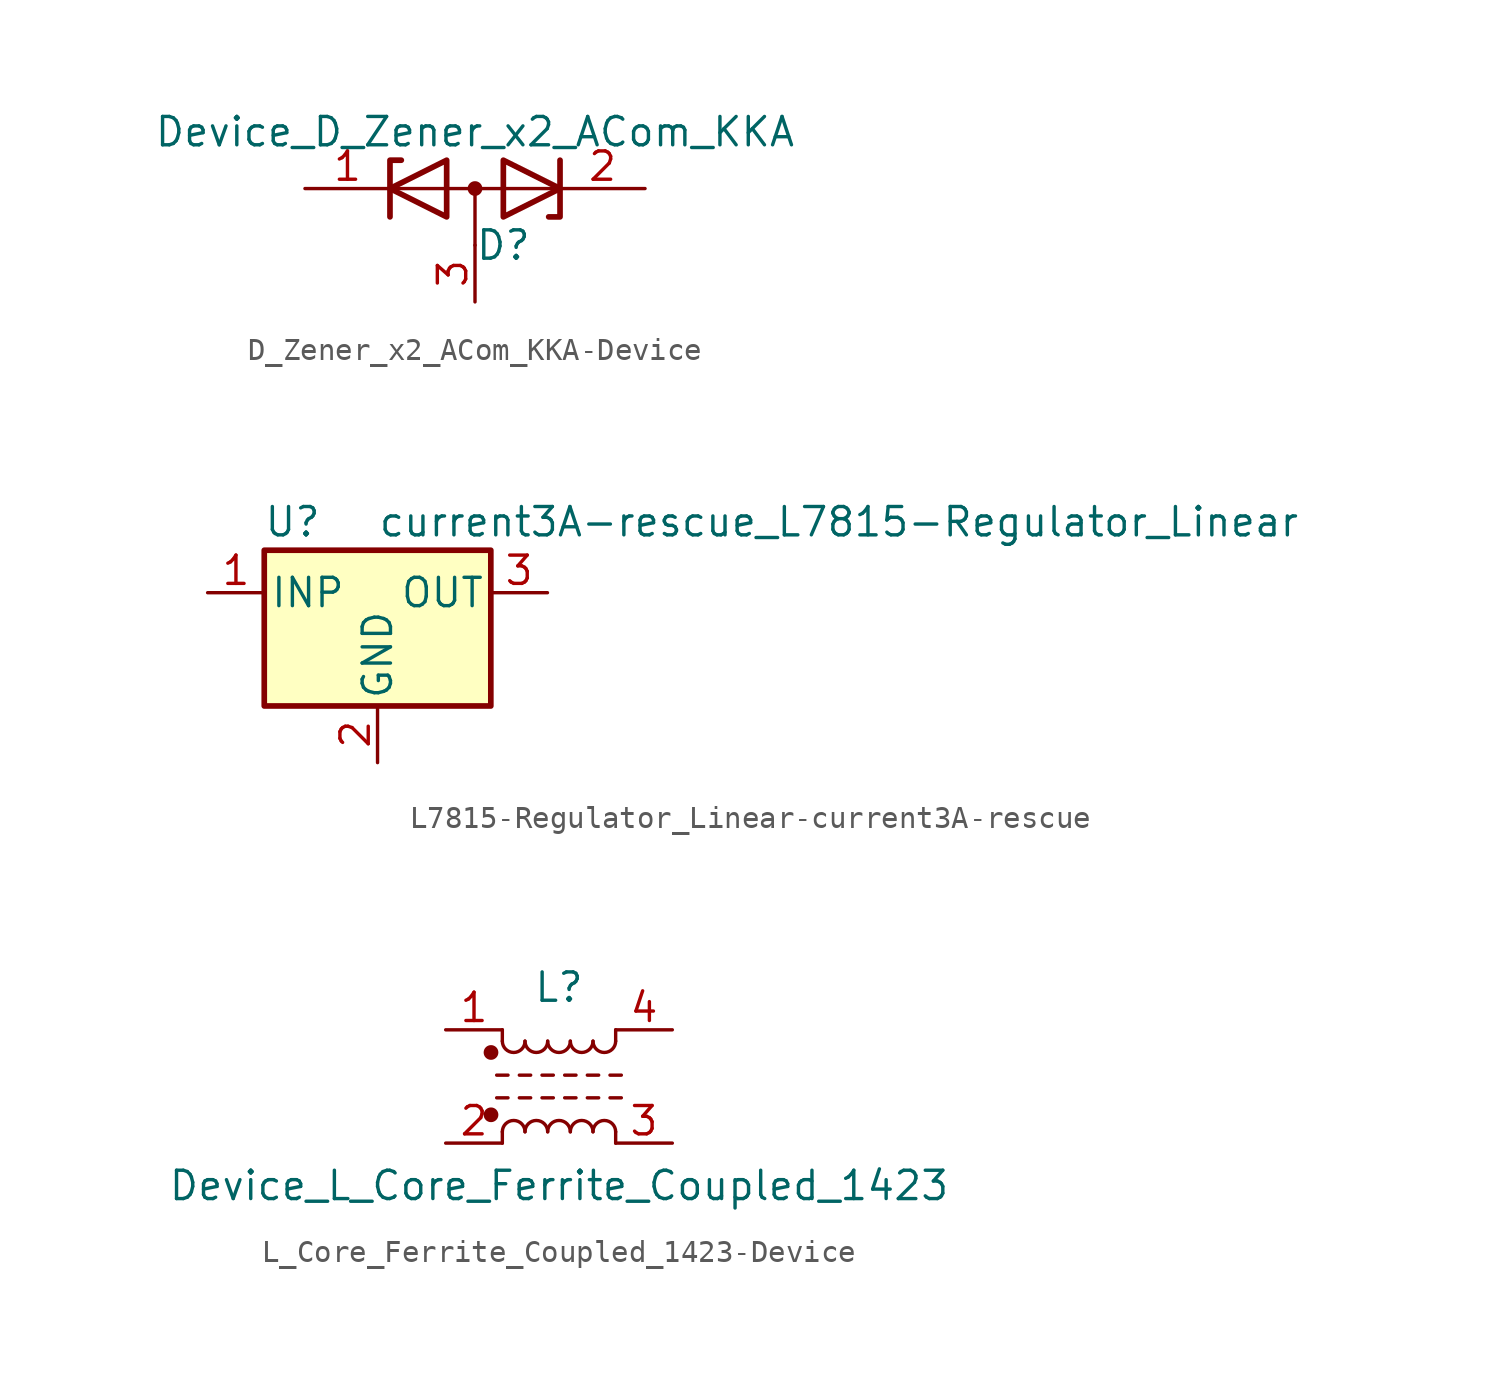
<source format=kicad_sym>
(kicad_symbol_lib
  (version 20220914)
  (generator kicad_symbol_editor)
  (symbol "D_Zener_x2_ACom_KKA-Device"
    (pin_names
      (offset 0.762) hide)
    (property "Reference" "D"
      (at 1.27 -2.54 0)
      (effects (font (size 1.27 1.27))))
    (property "Value" "Device_D_Zener_x2_ACom_KKA"
      (at 0 2.54 0)
      (effects (font (size 1.27 1.27))))
    (symbol "D_Zener_x2_ACom_KKA-Device_0_1"
      (polyline (pts (xy -3.556 0) (xy 3.81 0)) (stroke (width 0) (type solid)) (fill (type none)))
      (polyline (pts (xy 0 0) (xy 0 -2.54)) (stroke (width 0) (type solid)) (fill (type none)))
      (polyline (pts (xy -3.81 -1.27) (xy -3.81 1.27) (xy -3.302 1.27)) (stroke (width 0.254) (type solid)) (fill (type none)))
      (polyline (pts (xy 3.302 -1.27) (xy 3.81 -1.27) (xy 3.81 1.27)) (stroke (width 0.254) (type solid)) (fill (type none)))
      (polyline (pts (xy -1.27 -1.27) (xy -3.81 0) (xy -1.27 1.27) (xy -1.27 -1.27) (xy -1.27 -1.27) (xy -1.27 -1.27)) (stroke (width 0.254) (type solid)) (fill (type none)))
      (polyline (pts (xy 1.27 1.27) (xy 3.81 0) (xy 1.27 -1.27) (xy 1.27 1.27) (xy 1.27 1.27) (xy 1.27 1.27)) (stroke (width 0.254) (type solid)) (fill (type none)))
      (circle (center 0 0) (radius 0.254) (stroke (width 0) (type solid)) (fill (type outline)))
      (pin passive line (at -7.62 0 0) (length 3.81) (name "K" (effects (font (size 1.27 1.27)))) (number "1" (effects (font (size 1.27 1.27)))))
      (pin passive line (at 7.62 0 180) (length 3.81) (name "K" (effects (font (size 1.27 1.27)))) (number "2" (effects (font (size 1.27 1.27)))))
      (pin passive line (at 0 -5.08 90) (length 2.54) (name "A" (effects (font (size 1.27 1.27)))) (number "3" (effects (font (size 1.27 1.27)))))))
  (symbol "L7815-Regulator_Linear-current3A-rescue"
    (pin_names
      (offset 0.254))
    (property "Reference" "U"
      (at -3.81 3.175 0)
      (effects (font (size 1.27 1.27))))
    (property "Value" "current3A-rescue_L7815-Regulator_Linear"
      (at 0 3.175 0)
      (effects (font (size 1.27 1.27)) (justify left)))
    (symbol "L7815-Regulator_Linear-current3A-rescue_0_1"
      (rectangle (start -5.08 1.905) (end 5.08 -5.08) (stroke (width 0.254) (type solid)) (fill (type background))))
    (symbol "L7815-Regulator_Linear-current3A-rescue_1_1"
      (pin power_in line (at -7.62 0 0) (length 2.54) (name "INP" (effects (font (size 1.27 1.27)))) (number "1" (effects (font (size 1.27 1.27)))))
      (pin power_in line (at 0 -7.62 90) (length 2.54) (name "GND" (effects (font (size 1.27 1.27)))) (number "2" (effects (font (size 1.27 1.27)))))
      (pin power_out line (at 7.62 0 180) (length 2.54) (name "OUT" (effects (font (size 1.27 1.27)))) (number "3" (effects (font (size 1.27 1.27)))))))
  (symbol "L_Core_Ferrite_Coupled_1423-Device"
    (pin_names
      (offset 0.254) hide)
    (property "Reference" "L"
      (at 0 4.445 0)
      (effects (font (size 1.27 1.27))))
    (property "Value" "Device_L_Core_Ferrite_Coupled_1423"
      (at 0 -4.445 0)
      (effects (font (size 1.27 1.27))))
    (symbol "L_Core_Ferrite_Coupled_1423-Device_0_1"
      (circle (center -3.048 -1.27) (radius 0.254) (stroke (width 0) (type solid)) (fill (type outline)))
      (circle (center -3.048 1.524) (radius 0.254) (stroke (width 0) (type solid)) (fill (type outline)))
      (arc (start -2.54 2.032) (mid -2.032 1.5262) (end -1.524 2.032) (stroke (width 0) (type solid)) (fill (type none)))
      (arc (start -1.524 -2.032) (mid -2.032 -1.5262) (end -2.54 -2.032) (stroke (width 0) (type solid)) (fill (type none)))
      (arc (start -1.524 2.032) (mid -1.016 1.5262) (end -0.508 2.032) (stroke (width 0) (type solid)) (fill (type none)))
      (arc (start -0.508 -2.032) (mid -1.016 -1.5262) (end -1.524 -2.032) (stroke (width 0) (type solid)) (fill (type none)))
      (arc (start -0.508 2.032) (mid 0 1.5262) (end 0.508 2.032) (stroke (width 0) (type solid)) (fill (type none)))
      (polyline (pts (xy -2.794 -0.508) (xy -2.286 -0.508)) (stroke (width 0) (type solid)) (fill (type none)))
      (polyline (pts (xy -2.794 0.508) (xy -2.286 0.508)) (stroke (width 0) (type solid)) (fill (type none)))
      (polyline (pts (xy -2.54 -2.032) (xy -2.54 -2.54)) (stroke (width 0) (type solid)) (fill (type none)))
      (polyline (pts (xy -2.54 2.032) (xy -2.54 2.54)) (stroke (width 0) (type solid)) (fill (type none)))
      (polyline (pts (xy -1.778 -0.508) (xy -1.27 -0.508)) (stroke (width 0) (type solid)) (fill (type none)))
      (polyline (pts (xy -1.778 0.508) (xy -1.27 0.508)) (stroke (width 0) (type solid)) (fill (type none)))
      (polyline (pts (xy -0.762 -0.508) (xy -0.254 -0.508)) (stroke (width 0) (type solid)) (fill (type none)))
      (polyline (pts (xy -0.762 0.508) (xy -0.254 0.508)) (stroke (width 0) (type solid)) (fill (type none)))
      (polyline (pts (xy 0.254 -0.508) (xy 0.762 -0.508)) (stroke (width 0) (type solid)) (fill (type none)))
      (polyline (pts (xy 0.254 0.508) (xy 0.762 0.508)) (stroke (width 0) (type solid)) (fill (type none)))
      (polyline (pts (xy 1.27 -0.508) (xy 1.778 -0.508)) (stroke (width 0) (type solid)) (fill (type none)))
      (polyline (pts (xy 1.27 0.508) (xy 1.778 0.508)) (stroke (width 0) (type solid)) (fill (type none)))
      (polyline (pts (xy 2.286 -0.508) (xy 2.794 -0.508)) (stroke (width 0) (type solid)) (fill (type none)))
      (polyline (pts (xy 2.286 0.508) (xy 2.794 0.508)) (stroke (width 0) (type solid)) (fill (type none)))
      (polyline (pts (xy 2.54 -2.032) (xy 2.54 -2.54)) (stroke (width 0) (type solid)) (fill (type none)))
      (polyline (pts (xy 2.54 2.54) (xy 2.54 2.032)) (stroke (width 0) (type solid)) (fill (type none)))
      (arc (start 0.508 -2.032) (mid 0 -1.5262) (end -0.508 -2.032) (stroke (width 0) (type solid)) (fill (type none)))
      (arc (start 0.508 2.032) (mid 1.016 1.5262) (end 1.524 2.032) (stroke (width 0) (type solid)) (fill (type none)))
      (arc (start 1.524 -2.032) (mid 1.016 -1.5262) (end 0.508 -2.032) (stroke (width 0) (type solid)) (fill (type none)))
      (arc (start 1.524 2.032) (mid 2.032 1.5262) (end 2.54 2.032) (stroke (width 0) (type solid)) (fill (type none)))
      (arc (start 2.54 -2.032) (mid 2.032 -1.5262) (end 1.524 -2.032) (stroke (width 0) (type solid)) (fill (type none))))
    (symbol "L_Core_Ferrite_Coupled_1423-Device_1_1"
      (pin passive line (at -5.08 2.54 0) (length 2.54) (name "1" (effects (font (size 1.27 1.27)))) (number "1" (effects (font (size 1.27 1.27)))))
      (pin passive line (at -5.08 -2.54 0) (length 2.54) (name "2" (effects (font (size 1.27 1.27)))) (number "2" (effects (font (size 1.27 1.27)))))
      (pin passive line (at 5.08 -2.54 180) (length 2.54) (name "3" (effects (font (size 1.27 1.27)))) (number "3" (effects (font (size 1.27 1.27)))))
      (pin passive line (at 5.08 2.54 180) (length 2.54) (name "4" (effects (font (size 1.27 1.27)))) (number "4" (effects (font (size 1.27 1.27))))))))
</source>
